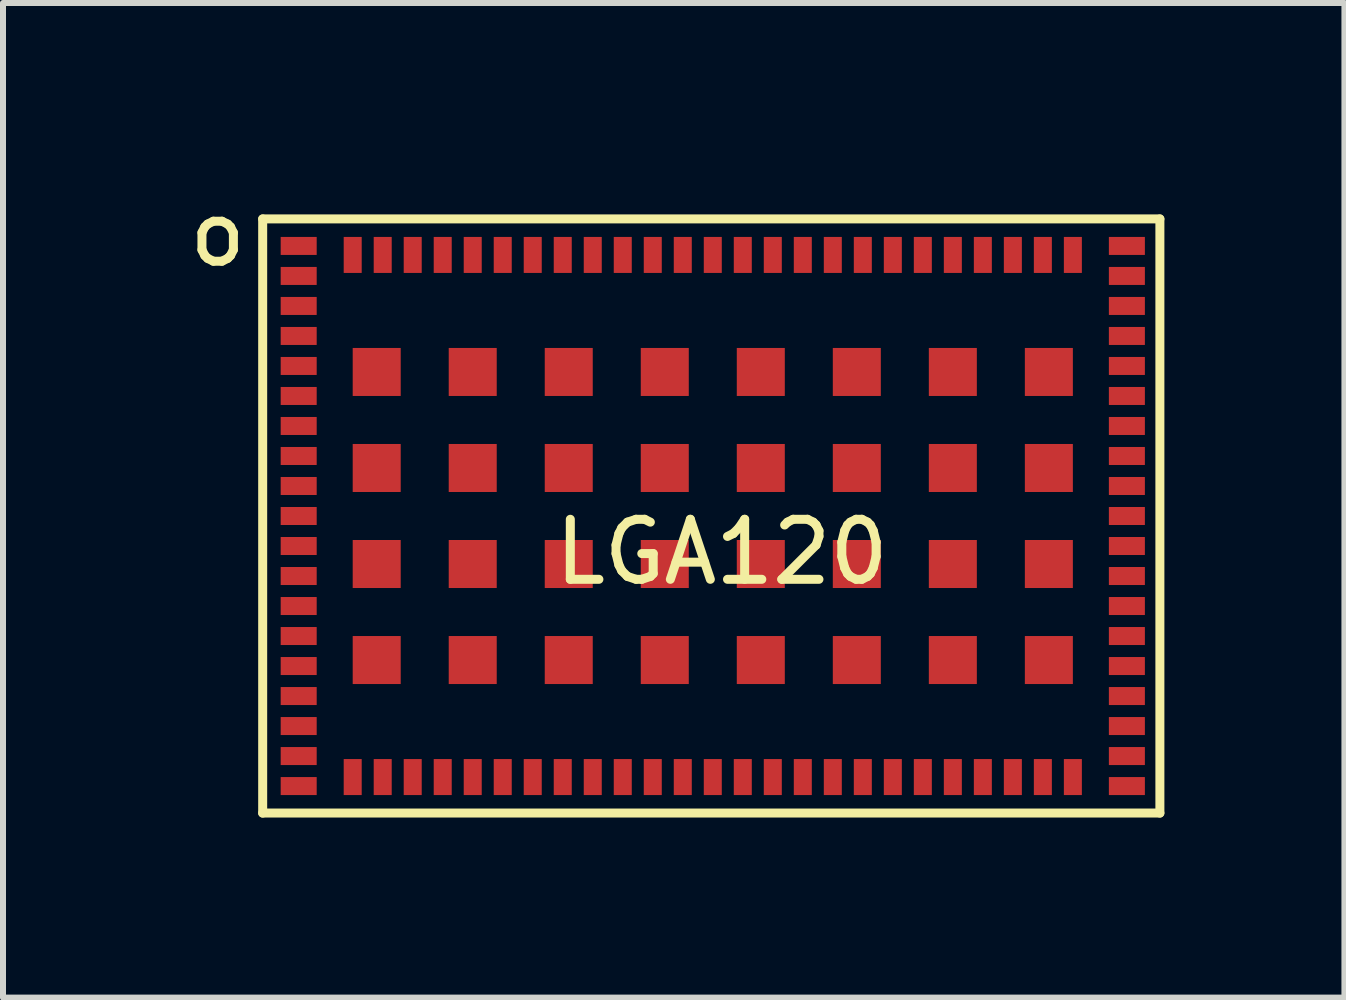
<source format=kicad_pcb>
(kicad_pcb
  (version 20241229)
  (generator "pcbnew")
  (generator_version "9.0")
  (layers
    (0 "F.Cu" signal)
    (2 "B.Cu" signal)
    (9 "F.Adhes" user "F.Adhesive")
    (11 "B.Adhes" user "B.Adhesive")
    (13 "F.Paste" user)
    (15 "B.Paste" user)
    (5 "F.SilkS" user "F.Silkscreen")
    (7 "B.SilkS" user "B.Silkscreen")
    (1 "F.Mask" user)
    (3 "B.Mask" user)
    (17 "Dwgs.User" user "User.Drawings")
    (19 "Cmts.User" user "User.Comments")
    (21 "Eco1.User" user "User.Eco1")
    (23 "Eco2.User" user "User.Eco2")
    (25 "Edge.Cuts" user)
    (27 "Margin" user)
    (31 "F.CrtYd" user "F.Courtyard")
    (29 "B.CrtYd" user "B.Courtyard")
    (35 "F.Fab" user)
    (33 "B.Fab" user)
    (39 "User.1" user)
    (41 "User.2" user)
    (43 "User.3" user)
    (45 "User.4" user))
  (footprint "LGA120"
    (layer "F.Cu")
    (at 8.827 5.698)
    (property "Reference" "LGA120" (at 0.15 0.45 0) (layer "F.SilkS") (effects (font (size 1 1) (thickness 0.15))))
    (attr smd)
    (fp_line (start -7.5 -5.1) (end 7.45 -5.1) (stroke (width 0.15) (type solid)) (layer "F.SilkS"))
    (fp_line (start -7.5 4.8) (end -7.5 -5.1) (stroke (width 0.15) (type solid)) (layer "F.SilkS"))
    (fp_line (start 7.45 -5.1) (end 7.45 4.8) (stroke (width 0.15) (type solid)) (layer "F.SilkS"))
    (fp_line (start 7.45 4.8) (end -7.5 4.8) (stroke (width 0.15) (type solid)) (layer "F.SilkS"))
    (fp_text user "o" (at -8.25 -4.85 0) (layer "F.SilkS") (effects (font (size 1 1) (thickness 0.15))))
    (pad "1" smd rect (at -6.9 -4.65) (size 0.6 0.3) (layers "F.Cu" "F.Mask" "F.Paste"))
    (pad "2" smd rect (at -6.9 -4.15) (size 0.6 0.3) (layers "F.Cu" "F.Mask" "F.Paste"))
    (pad "3" smd rect (at -6.9 -3.65) (size 0.6 0.3) (layers "F.Cu" "F.Mask" "F.Paste"))
    (pad "4" smd rect (at -6.9 -3.15) (size 0.6 0.3) (layers "F.Cu" "F.Mask" "F.Paste"))
    (pad "5" smd rect (at -6.9 -2.65) (size 0.6 0.3) (layers "F.Cu" "F.Mask" "F.Paste"))
    (pad "6" smd rect (at -6.9 -2.15) (size 0.6 0.3) (layers "F.Cu" "F.Mask" "F.Paste"))
    (pad "7" smd rect (at -6.9 -1.65) (size 0.6 0.3) (layers "F.Cu" "F.Mask" "F.Paste"))
    (pad "8" smd rect (at -6.9 -1.15) (size 0.6 0.3) (layers "F.Cu" "F.Mask" "F.Paste"))
    (pad "9" smd rect (at -6.9 -0.65) (size 0.6 0.3) (layers "F.Cu" "F.Mask" "F.Paste"))
    (pad "10" smd rect (at -6.9 -0.15) (size 0.6 0.3) (layers "F.Cu" "F.Mask" "F.Paste"))
    (pad "11" smd rect (at -6.9 0.35) (size 0.6 0.3) (layers "F.Cu" "F.Mask" "F.Paste"))
    (pad "12" smd rect (at -6.9 0.85) (size 0.6 0.3) (layers "F.Cu" "F.Mask" "F.Paste"))
    (pad "13" smd rect (at -6.9 1.35) (size 0.6 0.3) (layers "F.Cu" "F.Mask" "F.Paste"))
    (pad "14" smd rect (at -6.9 1.85) (size 0.6 0.3) (layers "F.Cu" "F.Mask" "F.Paste"))
    (pad "15" smd rect (at -6.9 2.35) (size 0.6 0.3) (layers "F.Cu" "F.Mask" "F.Paste"))
    (pad "16" smd rect (at -6.9 2.85) (size 0.6 0.3) (layers "F.Cu" "F.Mask" "F.Paste"))
    (pad "17" smd rect (at -6.9 3.35) (size 0.6 0.3) (layers "F.Cu" "F.Mask" "F.Paste"))
    (pad "18" smd rect (at -6.9 3.85) (size 0.6 0.3) (layers "F.Cu" "F.Mask" "F.Paste"))
    (pad "19" smd rect (at -6.9 4.35) (size 0.6 0.3) (layers "F.Cu" "F.Mask" "F.Paste"))
    (pad "20" smd rect (at -6 4.2 90) (size 0.6 0.3) (layers "F.Cu" "F.Mask" "F.Paste"))
    (pad "21" smd rect (at -5.5 4.2 270) (size 0.6 0.3) (layers "F.Cu" "F.Mask" "F.Paste"))
    (pad "22" smd rect (at -5 4.2 270) (size 0.6 0.3) (layers "F.Cu" "F.Mask" "F.Paste"))
    (pad "23" smd rect (at -4.5 4.2 270) (size 0.6 0.3) (layers "F.Cu" "F.Mask" "F.Paste"))
    (pad "24" smd rect (at -4 4.2 270) (size 0.6 0.3) (layers "F.Cu" "F.Mask" "F.Paste"))
    (pad "25" smd rect (at -3.5 4.2 270) (size 0.6 0.3) (layers "F.Cu" "F.Mask" "F.Paste"))
    (pad "26" smd rect (at -3 4.2 270) (size 0.6 0.3) (layers "F.Cu" "F.Mask" "F.Paste"))
    (pad "27" smd rect (at -2.5 4.2 270) (size 0.6 0.3) (layers "F.Cu" "F.Mask" "F.Paste"))
    (pad "28" smd rect (at -2 4.2 270) (size 0.6 0.3) (layers "F.Cu" "F.Mask" "F.Paste"))
    (pad "29" smd rect (at -1.5 4.2 270) (size 0.6 0.3) (layers "F.Cu" "F.Mask" "F.Paste"))
    (pad "30" smd rect (at -1 4.2 270) (size 0.6 0.3) (layers "F.Cu" "F.Mask" "F.Paste"))
    (pad "31" smd rect (at -0.5 4.2 270) (size 0.6 0.3) (layers "F.Cu" "F.Mask" "F.Paste"))
    (pad "32" smd rect (at 0 4.2 270) (size 0.6 0.3) (layers "F.Cu" "F.Mask" "F.Paste"))
    (pad "33" smd rect (at 0.5 4.2 270) (size 0.6 0.3) (layers "F.Cu" "F.Mask" "F.Paste"))
    (pad "34" smd rect (at 1 4.2 270) (size 0.6 0.3) (layers "F.Cu" "F.Mask" "F.Paste"))
    (pad "35" smd rect (at 1.5 4.2 270) (size 0.6 0.3) (layers "F.Cu" "F.Mask" "F.Paste"))
    (pad "36" smd rect (at 2 4.2 270) (size 0.6 0.3) (layers "F.Cu" "F.Mask" "F.Paste"))
    (pad "37" smd rect (at 2.5 4.2 270) (size 0.6 0.3) (layers "F.Cu" "F.Mask" "F.Paste"))
    (pad "38" smd rect (at 3 4.2 270) (size 0.6 0.3) (layers "F.Cu" "F.Mask" "F.Paste"))
    (pad "39" smd rect (at 3.5 4.2 270) (size 0.6 0.3) (layers "F.Cu" "F.Mask" "F.Paste"))
    (pad "40" smd rect (at 4 4.2 270) (size 0.6 0.3) (layers "F.Cu" "F.Mask" "F.Paste"))
    (pad "41" smd rect (at 4.5 4.2 270) (size 0.6 0.3) (layers "F.Cu" "F.Mask" "F.Paste"))
    (pad "42" smd rect (at 5 4.2 270) (size 0.6 0.3) (layers "F.Cu" "F.Mask" "F.Paste"))
    (pad "43" smd rect (at 5.5 4.2 270) (size 0.6 0.3) (layers "F.Cu" "F.Mask" "F.Paste"))
    (pad "44" smd rect (at 6 4.2 270) (size 0.6 0.3) (layers "F.Cu" "F.Mask" "F.Paste"))
    (pad "45" smd rect (at 6.9 4.35) (size 0.6 0.3) (layers "F.Cu" "F.Mask" "F.Paste"))
    (pad "46" smd rect (at 6.9 3.85) (size 0.6 0.3) (layers "F.Cu" "F.Mask" "F.Paste"))
    (pad "47" smd rect (at 6.9 3.35) (size 0.6 0.3) (layers "F.Cu" "F.Mask" "F.Paste"))
    (pad "48" smd rect (at 6.9 2.85) (size 0.6 0.3) (layers "F.Cu" "F.Mask" "F.Paste"))
    (pad "49" smd rect (at 6.9 2.35) (size 0.6 0.3) (layers "F.Cu" "F.Mask" "F.Paste"))
    (pad "50" smd rect (at 6.9 1.85) (size 0.6 0.3) (layers "F.Cu" "F.Mask" "F.Paste"))
    (pad "51" smd rect (at 6.9 1.35) (size 0.6 0.3) (layers "F.Cu" "F.Mask" "F.Paste"))
    (pad "52" smd rect (at 6.9 0.85) (size 0.6 0.3) (layers "F.Cu" "F.Mask" "F.Paste"))
    (pad "53" smd rect (at 6.9 0.35) (size 0.6 0.3) (layers "F.Cu" "F.Mask" "F.Paste"))
    (pad "54" smd rect (at 6.9 -0.15) (size 0.6 0.3) (layers "F.Cu" "F.Mask" "F.Paste"))
    (pad "55" smd rect (at 6.9 -0.65) (size 0.6 0.3) (layers "F.Cu" "F.Mask" "F.Paste"))
    (pad "56" smd rect (at 6.9 -1.15) (size 0.6 0.3) (layers "F.Cu" "F.Mask" "F.Paste"))
    (pad "57" smd rect (at 6.9 -1.65) (size 0.6 0.3) (layers "F.Cu" "F.Mask" "F.Paste"))
    (pad "58" smd rect (at 6.9 -2.15) (size 0.6 0.3) (layers "F.Cu" "F.Mask" "F.Paste"))
    (pad "59" smd rect (at 6.9 -2.65) (size 0.6 0.3) (layers "F.Cu" "F.Mask" "F.Paste"))
    (pad "60" smd rect (at 6.9 -3.15) (size 0.6 0.3) (layers "F.Cu" "F.Mask" "F.Paste"))
    (pad "61" smd rect (at 6.9 -3.65) (size 0.6 0.3) (layers "F.Cu" "F.Mask" "F.Paste"))
    (pad "62" smd rect (at 6.9 -4.15) (size 0.6 0.3) (layers "F.Cu" "F.Mask" "F.Paste"))
    (pad "63" smd rect (at 6.9 -4.65) (size 0.6 0.3) (layers "F.Cu" "F.Mask" "F.Paste"))
    (pad "64" smd rect (at 6 -4.5 90) (size 0.6 0.3) (layers "F.Cu" "F.Mask" "F.Paste"))
    (pad "65" smd rect (at 5.5 -4.5 90) (size 0.6 0.3) (layers "F.Cu" "F.Mask" "F.Paste"))
    (pad "66" smd rect (at 5 -4.5 90) (size 0.6 0.3) (layers "F.Cu" "F.Mask" "F.Paste"))
    (pad "67" smd rect (at 4.5 -4.5 90) (size 0.6 0.3) (layers "F.Cu" "F.Mask" "F.Paste"))
    (pad "68" smd rect (at 4 -4.5 90) (size 0.6 0.3) (layers "F.Cu" "F.Mask" "F.Paste"))
    (pad "69" smd rect (at 3.5 -4.5 90) (size 0.6 0.3) (layers "F.Cu" "F.Mask" "F.Paste"))
    (pad "70" smd rect (at 3 -4.5 90) (size 0.6 0.3) (layers "F.Cu" "F.Mask" "F.Paste"))
    (pad "71" smd rect (at 2.5 -4.5 90) (size 0.6 0.3) (layers "F.Cu" "F.Mask" "F.Paste"))
    (pad "72" smd rect (at 2 -4.5 90) (size 0.6 0.3) (layers "F.Cu" "F.Mask" "F.Paste"))
    (pad "73" smd rect (at 1.5 -4.5 90) (size 0.6 0.3) (layers "F.Cu" "F.Mask" "F.Paste"))
    (pad "74" smd rect (at 1 -4.5 90) (size 0.6 0.3) (layers "F.Cu" "F.Mask" "F.Paste"))
    (pad "75" smd rect (at 0.5 -4.5 90) (size 0.6 0.3) (layers "F.Cu" "F.Mask" "F.Paste"))
    (pad "76" smd rect (at 0 -4.5 90) (size 0.6 0.3) (layers "F.Cu" "F.Mask" "F.Paste"))
    (pad "77" smd rect (at -0.5 -4.5 90) (size 0.6 0.3) (layers "F.Cu" "F.Mask" "F.Paste"))
    (pad "78" smd rect (at -1 -4.5 90) (size 0.6 0.3) (layers "F.Cu" "F.Mask" "F.Paste"))
    (pad "79" smd rect (at -1.5 -4.5 90) (size 0.6 0.3) (layers "F.Cu" "F.Mask" "F.Paste"))
    (pad "80" smd rect (at -2 -4.5 90) (size 0.6 0.3) (layers "F.Cu" "F.Mask" "F.Paste"))
    (pad "81" smd rect (at -2.5 -4.5 90) (size 0.6 0.3) (layers "F.Cu" "F.Mask" "F.Paste"))
    (pad "82" smd rect (at -3 -4.5 90) (size 0.6 0.3) (layers "F.Cu" "F.Mask" "F.Paste"))
    (pad "83" smd rect (at -3.5 -4.5 90) (size 0.6 0.3) (layers "F.Cu" "F.Mask" "F.Paste"))
    (pad "84" smd rect (at -4 -4.5 90) (size 0.6 0.3) (layers "F.Cu" "F.Mask" "F.Paste"))
    (pad "85" smd rect (at -4.5 -4.5 90) (size 0.6 0.3) (layers "F.Cu" "F.Mask" "F.Paste"))
    (pad "86" smd rect (at -5 -4.5 90) (size 0.6 0.3) (layers "F.Cu" "F.Mask" "F.Paste"))
    (pad "87" smd rect (at -5.5 -4.5 90) (size 0.6 0.3) (layers "F.Cu" "F.Mask" "F.Paste"))
    (pad "88" smd rect (at -6 -4.5 90) (size 0.6 0.3) (layers "F.Cu" "F.Mask" "F.Paste"))
    (pad "89" smd rect (at -5.6 -2.55 90) (size 0.8 0.8) (layers "F.Cu" "F.Mask" "F.Paste"))
    (pad "90" smd rect (at -5.6 -0.95 90) (size 0.8 0.8) (layers "F.Cu" "F.Mask" "F.Paste"))
    (pad "91" smd rect (at -5.6 0.65 90) (size 0.8 0.8) (layers "F.Cu" "F.Mask" "F.Paste"))
    (pad "92" smd rect (at -5.6 2.25 90) (size 0.8 0.8) (layers "F.Cu" "F.Mask" "F.Paste"))
    (pad "93" smd rect (at -4 2.25 90) (size 0.8 0.8) (layers "F.Cu" "F.Mask" "F.Paste"))
    (pad "94" smd rect (at -4 0.65 90) (size 0.8 0.8) (layers "F.Cu" "F.Mask" "F.Paste"))
    (pad "95" smd rect (at -4 -0.95 90) (size 0.8 0.8) (layers "F.Cu" "F.Mask" "F.Paste"))
    (pad "96" smd rect (at -4 -2.55 90) (size 0.8 0.8) (layers "F.Cu" "F.Mask" "F.Paste"))
    (pad "97" smd rect (at -2.4 -2.55 90) (size 0.8 0.8) (layers "F.Cu" "F.Mask" "F.Paste"))
    (pad "98" smd rect (at -2.4 -0.95 90) (size 0.8 0.8) (layers "F.Cu" "F.Mask" "F.Paste"))
    (pad "99" smd rect (at -2.4 0.65 90) (size 0.8 0.8) (layers "F.Cu" "F.Mask" "F.Paste"))
    (pad "100" smd rect (at -2.4 2.25 90) (size 0.8 0.8) (layers "F.Cu" "F.Mask" "F.Paste"))
    (pad "101" smd rect (at -0.8 2.25 90) (size 0.8 0.8) (layers "F.Cu" "F.Mask" "F.Paste"))
    (pad "102" smd rect (at -0.8 0.65 90) (size 0.8 0.8) (layers "F.Cu" "F.Mask" "F.Paste"))
    (pad "103" smd rect (at -0.8 -0.95 90) (size 0.8 0.8) (layers "F.Cu" "F.Mask" "F.Paste"))
    (pad "104" smd rect (at -0.8 -2.55 90) (size 0.8 0.8) (layers "F.Cu" "F.Mask" "F.Paste"))
    (pad "105" smd rect (at 0.8 -2.55 90) (size 0.8 0.8) (layers "F.Cu" "F.Mask" "F.Paste"))
    (pad "106" smd rect (at 0.8 -0.95 90) (size 0.8 0.8) (layers "F.Cu" "F.Mask" "F.Paste"))
    (pad "107" smd rect (at 0.8 0.65 90) (size 0.8 0.8) (layers "F.Cu" "F.Mask" "F.Paste"))
    (pad "108" smd rect (at 0.8 2.25 90) (size 0.8 0.8) (layers "F.Cu" "F.Mask" "F.Paste"))
    (pad "109" smd rect (at 2.4 2.25 90) (size 0.8 0.8) (layers "F.Cu" "F.Mask" "F.Paste"))
    (pad "110" smd rect (at 2.4 0.65 90) (size 0.8 0.8) (layers "F.Cu" "F.Mask" "F.Paste"))
    (pad "111" smd rect (at 2.4 -0.95 90) (size 0.8 0.8) (layers "F.Cu" "F.Mask" "F.Paste"))
    (pad "112" smd rect (at 2.4 -2.55 90) (size 0.8 0.8) (layers "F.Cu" "F.Mask" "F.Paste"))
    (pad "113" smd rect (at 4 -2.55 90) (size 0.8 0.8) (layers "F.Cu" "F.Mask" "F.Paste"))
    (pad "114" smd rect (at 4 -0.95 90) (size 0.8 0.8) (layers "F.Cu" "F.Mask" "F.Paste"))
    (pad "115" smd rect (at 4 0.65 90) (size 0.8 0.8) (layers "F.Cu" "F.Mask" "F.Paste"))
    (pad "116" smd rect (at 4 2.25 90) (size 0.8 0.8) (layers "F.Cu" "F.Mask" "F.Paste"))
    (pad "117" smd rect (at 5.6 2.25 90) (size 0.8 0.8) (layers "F.Cu" "F.Mask" "F.Paste"))
    (pad "118" smd rect (at 5.6 0.65 90) (size 0.8 0.8) (layers "F.Cu" "F.Mask" "F.Paste"))
    (pad "119" smd rect (at 5.6 -0.95 90) (size 0.8 0.8) (layers "F.Cu" "F.Mask" "F.Paste"))
    (pad "120" smd rect (at 5.6 -2.55 90) (size 0.8 0.8) (layers "F.Cu" "F.Mask" "F.Paste")))
  (gr_rect
    (start -3 -3)
    (end 19.352 13.573)
    (stroke (width 0.1) (type default))
    (fill no)
    (layer "Edge.Cuts")))
</source>
